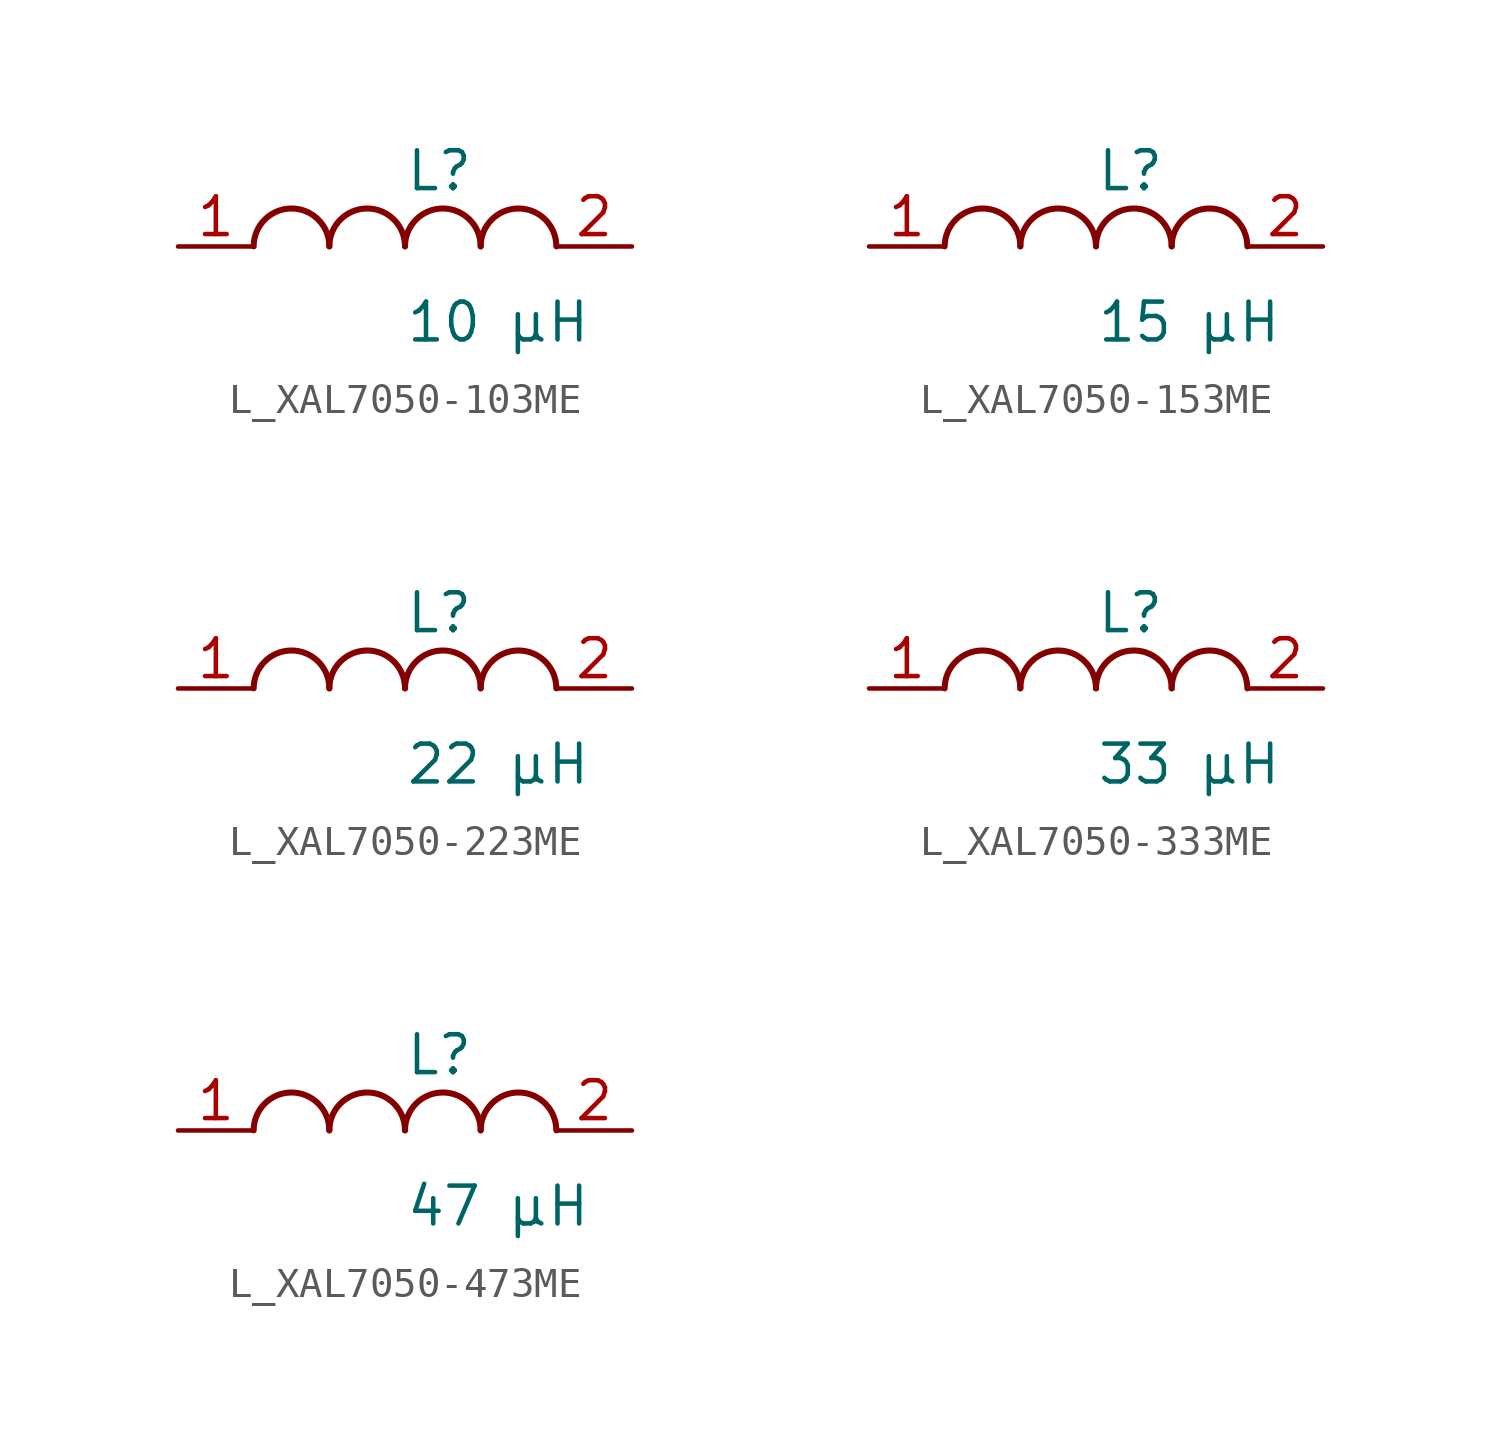
<source format=kicad_sym>
(kicad_symbol_lib
  (version 20231120)
  (generator kicad_symbol_editor)
  (generator_version 8.0)
  (symbol "L_XAL7050-103ME"
    (pin_names
      (offset 0.254))
    (property "Reference" "L"
      (at 0 2.54 0)
      (effects (font (size 1.27 1.27)) (justify left)))
    (property "Value" "10 µH"
      (at 0 -2.54 0)
      (effects (font (size 1.27 1.27)) (justify left)))
    (symbol "L_XAL7050-103ME_1_1"
      (arc (start -2.54 0.0056) (mid -3.81 1.27) (end -5.08 0.0056) (stroke (width 0.2032) (type default)) (fill (type none)))
      (arc (start 0 0.0056) (mid -1.27 1.27) (end -2.54 0.0056) (stroke (width 0.2032) (type default)) (fill (type none)))
      (arc (start 2.54 0.0056) (mid 1.27 1.27) (end 0 0.0056) (stroke (width 0.2032) (type default)) (fill (type none)))
      (arc (start 5.08 0.0056) (mid 3.81 1.27) (end 2.54 0.0056) (stroke (width 0.2032) (type default)) (fill (type none)))
      (pin unspecified line (at -7.62 0 0) (length 2.54) (name "" (effects (font (size 1.27 1.27)))) (number "1" (effects (font (size 1.27 1.27)))))
      (pin unspecified line (at 7.62 0 180) (length 2.54) (name "" (effects (font (size 1.27 1.27)))) (number "2" (effects (font (size 1.27 1.27)))))))
  (symbol "L_XAL7050-153ME"
    (pin_names
      (offset 0.254))
    (property "Reference" "L"
      (at 0 2.54 0)
      (effects (font (size 1.27 1.27)) (justify left)))
    (property "Value" "15 µH"
      (at 0 -2.54 0)
      (effects (font (size 1.27 1.27)) (justify left)))
    (symbol "L_XAL7050-153ME_1_1"
      (arc (start -2.54 0.0056) (mid -3.81 1.27) (end -5.08 0.0056) (stroke (width 0.2032) (type default)) (fill (type none)))
      (arc (start 0 0.0056) (mid -1.27 1.27) (end -2.54 0.0056) (stroke (width 0.2032) (type default)) (fill (type none)))
      (arc (start 2.54 0.0056) (mid 1.27 1.27) (end 0 0.0056) (stroke (width 0.2032) (type default)) (fill (type none)))
      (arc (start 5.08 0.0056) (mid 3.81 1.27) (end 2.54 0.0056) (stroke (width 0.2032) (type default)) (fill (type none)))
      (pin unspecified line (at -7.62 0 0) (length 2.54) (name "" (effects (font (size 1.27 1.27)))) (number "1" (effects (font (size 1.27 1.27)))))
      (pin unspecified line (at 7.62 0 180) (length 2.54) (name "" (effects (font (size 1.27 1.27)))) (number "2" (effects (font (size 1.27 1.27)))))))
  (symbol "L_XAL7050-223ME"
    (pin_names
      (offset 0.254))
    (property "Reference" "L"
      (at 0 2.54 0)
      (effects (font (size 1.27 1.27)) (justify left)))
    (property "Value" "22 µH"
      (at 0 -2.54 0)
      (effects (font (size 1.27 1.27)) (justify left)))
    (symbol "L_XAL7050-223ME_1_1"
      (arc (start -2.54 0.0056) (mid -3.81 1.27) (end -5.08 0.0056) (stroke (width 0.2032) (type default)) (fill (type none)))
      (arc (start 0 0.0056) (mid -1.27 1.27) (end -2.54 0.0056) (stroke (width 0.2032) (type default)) (fill (type none)))
      (arc (start 2.54 0.0056) (mid 1.27 1.27) (end 0 0.0056) (stroke (width 0.2032) (type default)) (fill (type none)))
      (arc (start 5.08 0.0056) (mid 3.81 1.27) (end 2.54 0.0056) (stroke (width 0.2032) (type default)) (fill (type none)))
      (pin unspecified line (at -7.62 0 0) (length 2.54) (name "" (effects (font (size 1.27 1.27)))) (number "1" (effects (font (size 1.27 1.27)))))
      (pin unspecified line (at 7.62 0 180) (length 2.54) (name "" (effects (font (size 1.27 1.27)))) (number "2" (effects (font (size 1.27 1.27)))))))
  (symbol "L_XAL7050-333ME"
    (pin_names
      (offset 0.254))
    (property "Reference" "L"
      (at 0 2.54 0)
      (effects (font (size 1.27 1.27)) (justify left)))
    (property "Value" "33 µH"
      (at 0 -2.54 0)
      (effects (font (size 1.27 1.27)) (justify left)))
    (symbol "L_XAL7050-333ME_1_1"
      (arc (start -2.54 0.0056) (mid -3.81 1.27) (end -5.08 0.0056) (stroke (width 0.2032) (type default)) (fill (type none)))
      (arc (start 0 0.0056) (mid -1.27 1.27) (end -2.54 0.0056) (stroke (width 0.2032) (type default)) (fill (type none)))
      (arc (start 2.54 0.0056) (mid 1.27 1.27) (end 0 0.0056) (stroke (width 0.2032) (type default)) (fill (type none)))
      (arc (start 5.08 0.0056) (mid 3.81 1.27) (end 2.54 0.0056) (stroke (width 0.2032) (type default)) (fill (type none)))
      (pin unspecified line (at -7.62 0 0) (length 2.54) (name "" (effects (font (size 1.27 1.27)))) (number "1" (effects (font (size 1.27 1.27)))))
      (pin unspecified line (at 7.62 0 180) (length 2.54) (name "" (effects (font (size 1.27 1.27)))) (number "2" (effects (font (size 1.27 1.27)))))))
  (symbol "L_XAL7050-473ME"
    (pin_names
      (offset 0.254))
    (property "Reference" "L"
      (at 0 2.54 0)
      (effects (font (size 1.27 1.27)) (justify left)))
    (property "Value" "47 µH"
      (at 0 -2.54 0)
      (effects (font (size 1.27 1.27)) (justify left)))
    (symbol "L_XAL7050-473ME_1_1"
      (arc (start -2.54 0.0056) (mid -3.81 1.27) (end -5.08 0.0056) (stroke (width 0.2032) (type default)) (fill (type none)))
      (arc (start 0 0.0056) (mid -1.27 1.27) (end -2.54 0.0056) (stroke (width 0.2032) (type default)) (fill (type none)))
      (arc (start 2.54 0.0056) (mid 1.27 1.27) (end 0 0.0056) (stroke (width 0.2032) (type default)) (fill (type none)))
      (arc (start 5.08 0.0056) (mid 3.81 1.27) (end 2.54 0.0056) (stroke (width 0.2032) (type default)) (fill (type none)))
      (pin unspecified line (at -7.62 0 0) (length 2.54) (name "" (effects (font (size 1.27 1.27)))) (number "1" (effects (font (size 1.27 1.27)))))
      (pin unspecified line (at 7.62 0 180) (length 2.54) (name "" (effects (font (size 1.27 1.27)))) (number "2" (effects (font (size 1.27 1.27))))))))
</source>
